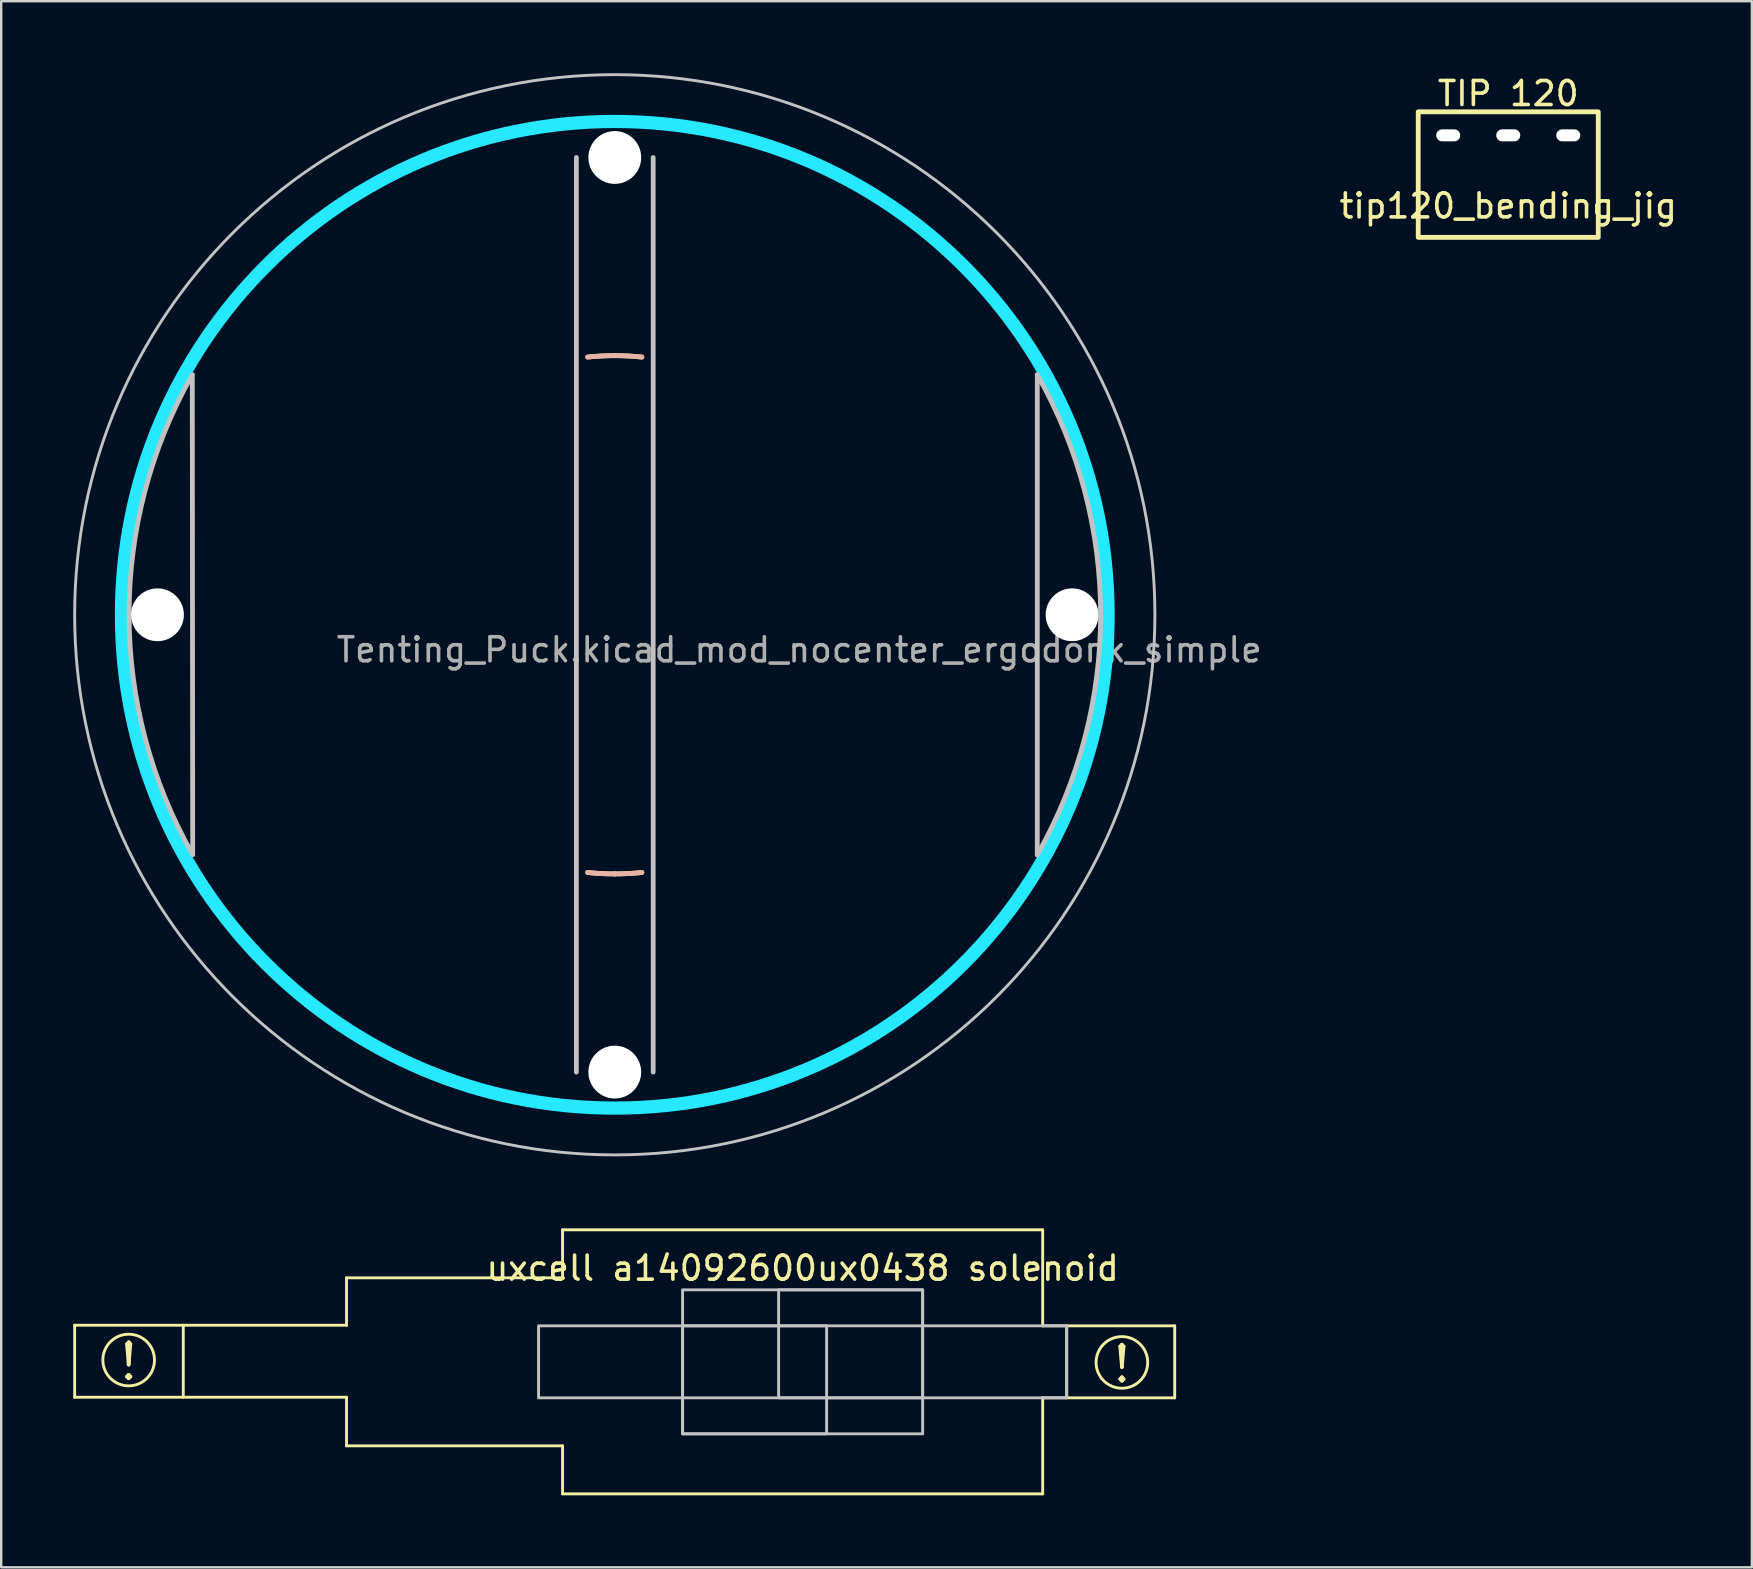
<source format=kicad_pcb>
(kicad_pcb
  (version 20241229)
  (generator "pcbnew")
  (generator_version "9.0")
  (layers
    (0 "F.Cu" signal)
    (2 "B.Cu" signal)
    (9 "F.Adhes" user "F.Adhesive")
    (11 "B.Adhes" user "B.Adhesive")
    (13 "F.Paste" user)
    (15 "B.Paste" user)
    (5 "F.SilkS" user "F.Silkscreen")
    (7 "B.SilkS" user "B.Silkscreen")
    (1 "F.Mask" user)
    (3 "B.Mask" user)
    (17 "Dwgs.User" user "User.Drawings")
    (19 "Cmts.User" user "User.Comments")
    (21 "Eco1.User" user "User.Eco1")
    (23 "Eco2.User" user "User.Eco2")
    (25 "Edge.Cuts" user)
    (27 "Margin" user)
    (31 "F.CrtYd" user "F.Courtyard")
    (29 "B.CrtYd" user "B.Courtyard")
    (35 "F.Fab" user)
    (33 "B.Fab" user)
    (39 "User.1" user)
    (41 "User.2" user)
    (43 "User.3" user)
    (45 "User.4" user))
  (footprint "tip120_bending_jig"
    (layer "F.Cu")
    (at 59.779 2.588)
    (property "Reference" "tip120_bending_jig" (at 0 2.94 0) (unlocked yes) (layer "F.SilkS") (effects (font (size 1 1) (thickness 0.15))))
    (attr through_hole)
    (fp_rect (start -3.75 -0.98) (end 3.75 4.25) (stroke (width 0.2) (type default)) (fill no) (layer "F.SilkS"))
    (fp_text user "TIP 120" (at 0 -1.74 0) (unlocked yes) (layer "F.SilkS") (effects (font (size 1 1) (thickness 0.15))))
    (pad "" np_thru_hole oval (at -2.5 0) (size 1 0.5) (drill oval 1 0.5) (layers "*.Cu" "*.Mask"))
    (pad "" np_thru_hole oval (at 0 0) (size 1 0.5) (drill oval 1 0.5) (layers "*.Cu" "*.Mask"))
    (pad "" np_thru_hole oval (at 2.5 0) (size 1 0.5) (drill oval 1 0.5) (layers "*.Cu" "*.Mask"))
    (zone (net_name "") (layers "F.Cu" "B.Cu" "Margin") (name "fill keepout") (hatch edge 0.5) (connect_pads) (min_thickness 0.25) (filled_areas_thickness no) (keepout (tracks allowed) (vias allowed) (pads allowed) (copperpour not_allowed) (footprints allowed)) (placement (enabled no)) (fill) (polygon (pts (xy 56.019 1.628) (xy 56.019 6.838) (xy 59.981 6.838) (xy 63.519 6.828) (xy 63.529 3.678) (xy 63.489 1.638) (xy 56.029 1.628)))))
  (footprint "uxcell a14092600ux0438 solenoid"
    (layer "F.Cu")
    (at 30.385 53.68)
    (property "Reference" "uxcell a14092600ux0438 solenoid" (at 0 -3.9 0) (layer "F.SilkS") (effects (font (size 1 1) (thickness 0.15))))
    (fp_line (start -30.325 -1.525) (end -30.325 1.475) (stroke (width 0.12) (type solid)) (layer "F.SilkS"))
    (fp_line (start -30.325 1.475) (end -19 1.475) (stroke (width 0.12) (type solid)) (layer "F.SilkS"))
    (fp_line (start -25.8 1.475) (end -25.8 -1.525) (stroke (width 0.12) (type solid)) (layer "F.SilkS"))
    (fp_line (start -19 -3.5) (end -19 -1.525) (stroke (width 0.12) (type solid)) (layer "F.SilkS"))
    (fp_line (start -19 -1.525) (end -30.325 -1.525) (stroke (width 0.12) (type solid)) (layer "F.SilkS"))
    (fp_line (start -19 1.475) (end -19 3.5) (stroke (width 0.12) (type solid)) (layer "F.SilkS"))
    (fp_line (start -19 3.5) (end -10 3.5) (stroke (width 0.12) (type solid)) (layer "F.SilkS"))
    (fp_line (start -10 -5.5) (end 10 -5.5) (stroke (width 0.12) (type default)) (layer "F.SilkS"))
    (fp_line (start -10 -3.5) (end -19 -3.5) (stroke (width 0.12) (type solid)) (layer "F.SilkS"))
    (fp_line (start -10 -3.5) (end -10 -5.5) (stroke (width 0.12) (type default)) (layer "F.SilkS"))
    (fp_line (start -10 5.5) (end -10 3.5) (stroke (width 0.12) (type default)) (layer "F.SilkS"))
    (fp_line (start 10 -5.5) (end 10 -1.5) (stroke (width 0.12) (type default)) (layer "F.SilkS"))
    (fp_line (start 10 -1.5) (end 15.5 -1.5) (stroke (width 0.12) (type solid)) (layer "F.SilkS"))
    (fp_line (start 10 1.5) (end 10 5.5) (stroke (width 0.12) (type default)) (layer "F.SilkS"))
    (fp_line (start 10 1.5) (end 15.5 1.5) (stroke (width 0.12) (type solid)) (layer "F.SilkS"))
    (fp_line (start 10 5.5) (end -10 5.5) (stroke (width 0.12) (type default)) (layer "F.SilkS"))
    (fp_line (start 11 -1.5) (end 11 1.5) (stroke (width 0.12) (type solid)) (layer "F.SilkS"))
    (fp_line (start 15.5 -1.5) (end 15.5 1.5) (stroke (width 0.12) (type solid)) (layer "F.SilkS"))
    (fp_circle (center -28.075 -0.075) (end -28.1 1) (stroke (width 0.12) (type solid)) (fill no) (layer "F.SilkS"))
    (fp_circle (center 13.3 0.025) (end 13.275 1.1) (stroke (width 0.12) (type solid)) (fill no) (layer "F.SilkS"))
    (fp_rect (start -11 -1.5) (end 11 1.5) (stroke (width 0.12) (type solid)) (fill no) (layer "Dwgs.User"))
    (fp_rect (start -5 -3) (end 5 3) (stroke (width 0.12) (type solid)) (fill no) (layer "Dwgs.User"))
    (fp_rect (start 1 3) (end -5 -1.5) (stroke (width 0.12) (type solid)) (fill no) (layer "Dwgs.User"))
    (fp_rect (start 5 1.5) (end -1 -3) (stroke (width 0.12) (type solid)) (fill no) (layer "Dwgs.User"))
    (fp_line (start -30.325 -1.525) (end -30.325 1.475) (stroke (width 0.12) (type solid)) (layer "User.4"))
    (fp_line (start -30.325 1.475) (end -19 1.475) (stroke (width 0.12) (type solid)) (layer "User.4"))
    (fp_line (start -19 -3.5) (end -19 -1.525) (stroke (width 0.12) (type solid)) (layer "User.4"))
    (fp_line (start -19 -1.525) (end -30.325 -1.525) (stroke (width 0.12) (type solid)) (layer "User.4"))
    (fp_line (start -19 1.475) (end -19 3.5) (stroke (width 0.12) (type solid)) (layer "User.4"))
    (fp_line (start -19 3.5) (end -10 3.5) (stroke (width 0.12) (type solid)) (layer "User.4"))
    (fp_line (start -10 -5.5) (end 10 -5.5) (stroke (width 0.12) (type default)) (layer "User.4"))
    (fp_line (start -10 -3.5) (end -19 -3.5) (stroke (width 0.12) (type solid)) (layer "User.4"))
    (fp_line (start -10 -3.5) (end -10 -5.5) (stroke (width 0.12) (type default)) (layer "User.4"))
    (fp_line (start -10 5.5) (end -10 3.5) (stroke (width 0.12) (type default)) (layer "User.4"))
    (fp_line (start 10 -5.5) (end 10 -1.5) (stroke (width 0.12) (type default)) (layer "User.4"))
    (fp_line (start 10 -1.5) (end 15.5 -1.5) (stroke (width 0.12) (type solid)) (layer "User.4"))
    (fp_line (start 10 1.5) (end 10 5.5) (stroke (width 0.12) (type default)) (layer "User.4"))
    (fp_line (start 10 1.5) (end 15.5 1.5) (stroke (width 0.12) (type solid)) (layer "User.4"))
    (fp_line (start 10 5.5) (end -10 5.5) (stroke (width 0.12) (type default)) (layer "User.4"))
    (fp_line (start 15.5 -1.5) (end 15.5 1.5) (stroke (width 0.12) (type solid)) (layer "User.4"))
    (fp_text user "!" (at 13.3 0.1 0) (layer "F.SilkS") (effects (font (size 1.5 1.5) (thickness 0.15))))
    (fp_text user "!" (at -28.075 0 0) (layer "F.SilkS") (effects (font (size 1.5 1.5) (thickness 0.15))))
    (pad "" np_thru_hole circle (at -5 -3 90) (size 0.001 0.001) (drill 2.2) (layers "*.Cu" "*.Mask"))
    (pad "" np_thru_hole circle (at -5 3 90) (size 0.001 0.001) (drill 2.2) (layers "*.Cu" "*.Mask"))
    (pad "" np_thru_hole circle (at -1 1.5 90) (size 0.001 0.001) (drill 2.2) (layers "*.Cu" "*.Mask"))
    (pad "" np_thru_hole circle (at 1 -1.5 90) (size 0.001 0.001) (drill 2.2) (layers "*.Cu" "*.Mask"))
    (pad "" np_thru_hole circle (at 5 -3 90) (size 0.001 0.001) (drill 2.2) (layers "*.Cu" "*.Mask"))
    (pad "" np_thru_hole circle (at 5 2.975 90) (size 0.001 0.001) (drill 2.2) (layers "*.Cu" "*.Mask")))
  (footprint "Tenting_Puck.kicad_mod_nocenter_ergodonk_simple"
    (layer "F.Cu")
    (at 22.56 22.56)
    (property "Reference" "Tenting_Puck.kicad_mod_nocenter_ergodonk_simple" (at 7.684 1.46 0) (layer "F.Fab") (effects (font (size 1 1) (thickness 0.15))))
    (attr through_hole)
    (fp_arc (start -20.32 -2.8575) (mid -19.91151 -4.959786) (end -19.286134 -7.008048) (stroke (width 0.2) (type solid)) (layer "F.SilkS"))
    (fp_arc (start -19.286134 7.008047) (mid -19.91151 4.959786) (end -20.32 2.8575) (stroke (width 0.2) (type solid)) (layer "F.SilkS"))
    (fp_arc (start -7.008048 -19.286134) (mid -4.959786 -19.91151) (end -2.8575 -20.32) (stroke (width 0.2) (type solid)) (layer "F.SilkS"))
    (fp_arc (start -2.8575 20.32) (mid -4.959785 19.91151) (end -7.008046 19.286135) (stroke (width 0.2) (type solid)) (layer "F.SilkS"))
    (fp_arc (start -1.128385 -10.735864) (mid -0.564967 -10.780206) (end 0 -10.795) (stroke (width 0.2) (type solid)) (layer "F.SilkS"))
    (fp_arc (start 0 -10.795) (mid 0.564967 -10.780206) (end 1.128385 -10.735864) (stroke (width 0.2) (type solid)) (layer "F.SilkS"))
    (fp_arc (start 0 10.795) (mid -0.564967 10.780206) (end -1.128385 10.735864) (stroke (width 0.2) (type solid)) (layer "F.SilkS"))
    (fp_arc (start 1.128385 10.735864) (mid 0.564967 10.780206) (end 0 10.795) (stroke (width 0.2) (type solid)) (layer "F.SilkS"))
    (fp_arc (start 2.8575 -20.32) (mid 4.959786 -19.91151) (end 7.008047 -19.286134) (stroke (width 0.2) (type solid)) (layer "F.SilkS"))
    (fp_arc (start 7.008047 19.286134) (mid 4.959786 19.91151) (end 2.8575 20.32) (stroke (width 0.2) (type solid)) (layer "F.SilkS"))
    (fp_arc (start 19.286135 -7.008045) (mid 19.91151 -4.959785) (end 20.32 -2.8575) (stroke (width 0.2) (type solid)) (layer "F.SilkS"))
    (fp_arc (start 20.32 2.8575) (mid 19.91151 4.959785) (end 19.286135 7.008046) (stroke (width 0.2) (type solid)) (layer "F.SilkS"))
    (fp_arc (start -20.32 -2.8575) (mid -19.91151 -4.959784) (end -19.286136 -7.008044) (stroke (width 0.2) (type solid)) (layer "B.SilkS"))
    (fp_arc (start -19.286135 7.008046) (mid -19.91151 4.959785) (end -20.32 2.8575) (stroke (width 0.2) (type solid)) (layer "B.SilkS"))
    (fp_arc (start -7.008046 -19.286135) (mid -4.959785 -19.91151) (end -2.8575 -20.32) (stroke (width 0.2) (type solid)) (layer "B.SilkS"))
    (fp_arc (start -2.8575 20.32) (mid -4.959785 19.91151) (end -7.008045 19.286135) (stroke (width 0.2) (type solid)) (layer "B.SilkS"))
    (fp_arc (start -1.128385 -10.735864) (mid -0.564967 -10.780206) (end 0 -10.795) (stroke (width 0.2) (type solid)) (layer "B.SilkS"))
    (fp_arc (start 0 -10.795) (mid 0.564967 -10.780206) (end 1.128385 -10.735864) (stroke (width 0.2) (type solid)) (layer "B.SilkS"))
    (fp_arc (start 0 10.795) (mid -0.564967 10.780206) (end -1.128385 10.735864) (stroke (width 0.2) (type solid)) (layer "B.SilkS"))
    (fp_arc (start 1.128385 10.735864) (mid 0.564967 10.780206) (end 0 10.795) (stroke (width 0.2) (type solid)) (layer "B.SilkS"))
    (fp_arc (start 2.8575 -20.32) (mid 4.959787 -19.91151) (end 7.008049 -19.286134) (stroke (width 0.2) (type solid)) (layer "B.SilkS"))
    (fp_arc (start 7.008045 19.286135) (mid 4.959785 19.91151) (end 2.8575 20.32) (stroke (width 0.2) (type solid)) (layer "B.SilkS"))
    (fp_arc (start 19.286134 -7.008048) (mid 19.91151 -4.959786) (end 20.32 -2.8575) (stroke (width 0.2) (type solid)) (layer "B.SilkS"))
    (fp_arc (start 20.32 2.8575) (mid 19.91151 4.959786) (end 19.286134 7.008048) (stroke (width 0.2) (type solid)) (layer "B.SilkS"))
    (fp_line (start -17.583 9.99) (end -17.6 -10) (stroke (width 0.2) (type solid)) (layer "Dwgs.User"))
    (fp_line (start -1.6 19.05) (end -1.6 -19.05) (stroke (width 0.2) (type solid)) (layer "Dwgs.User"))
    (fp_line (start 1.6 19.05) (end 1.6 -19.05) (stroke (width 0.2) (type solid)) (layer "Dwgs.User"))
    (fp_line (start 17.6 10) (end 17.6 -10) (stroke (width 0.2) (type solid)) (layer "Dwgs.User"))
    (fp_arc (start -17.582827 9.990223) (mid -20.232649 -0.00262) (end -17.599999 -10) (stroke (width 0.2) (type default)) (layer "Dwgs.User"))
    (fp_arc (start 17.599999 -10) (mid 20.238618 0) (end 17.599999 10) (stroke (width 0.2) (type default)) (layer "Dwgs.User"))
    (fp_circle (center 0 0) (end 22.5 0) (stroke (width 0.12) (type default)) (fill no) (layer "Dwgs.User"))
    (fp_circle (center 0 0) (end 20.55 0) (stroke (width 0.55) (type solid)) (fill no) (layer "B.CrtYd"))
    (fp_circle (center 0 0) (end 20.55 0) (stroke (width 0.1) (type solid)) (fill no) (layer "User.9"))
    (pad "" np_thru_hole circle (at -19.05 0) (size 2.2 2.2) (drill 2.2) (layers "*.Cu" "*.Mask"))
    (pad "" np_thru_hole circle (at 0 -19.05) (size 2.2 2.2) (drill 2.2) (layers "*.Cu" "*.Mask"))
    (pad "" np_thru_hole circle (at 0 19.05) (size 2.2 2.2) (drill 2.2) (layers "*.Cu" "*.Mask"))
    (pad "" np_thru_hole circle (at 19.05 0) (size 2.2 2.2) (drill 2.2) (layers "*.Cu" "*.Mask")))
  (gr_rect
    (start -3 -3)
    (end 69.928 62.24)
    (stroke (width 0.1) (type default))
    (fill no)
    (layer "Edge.Cuts")))
</source>
